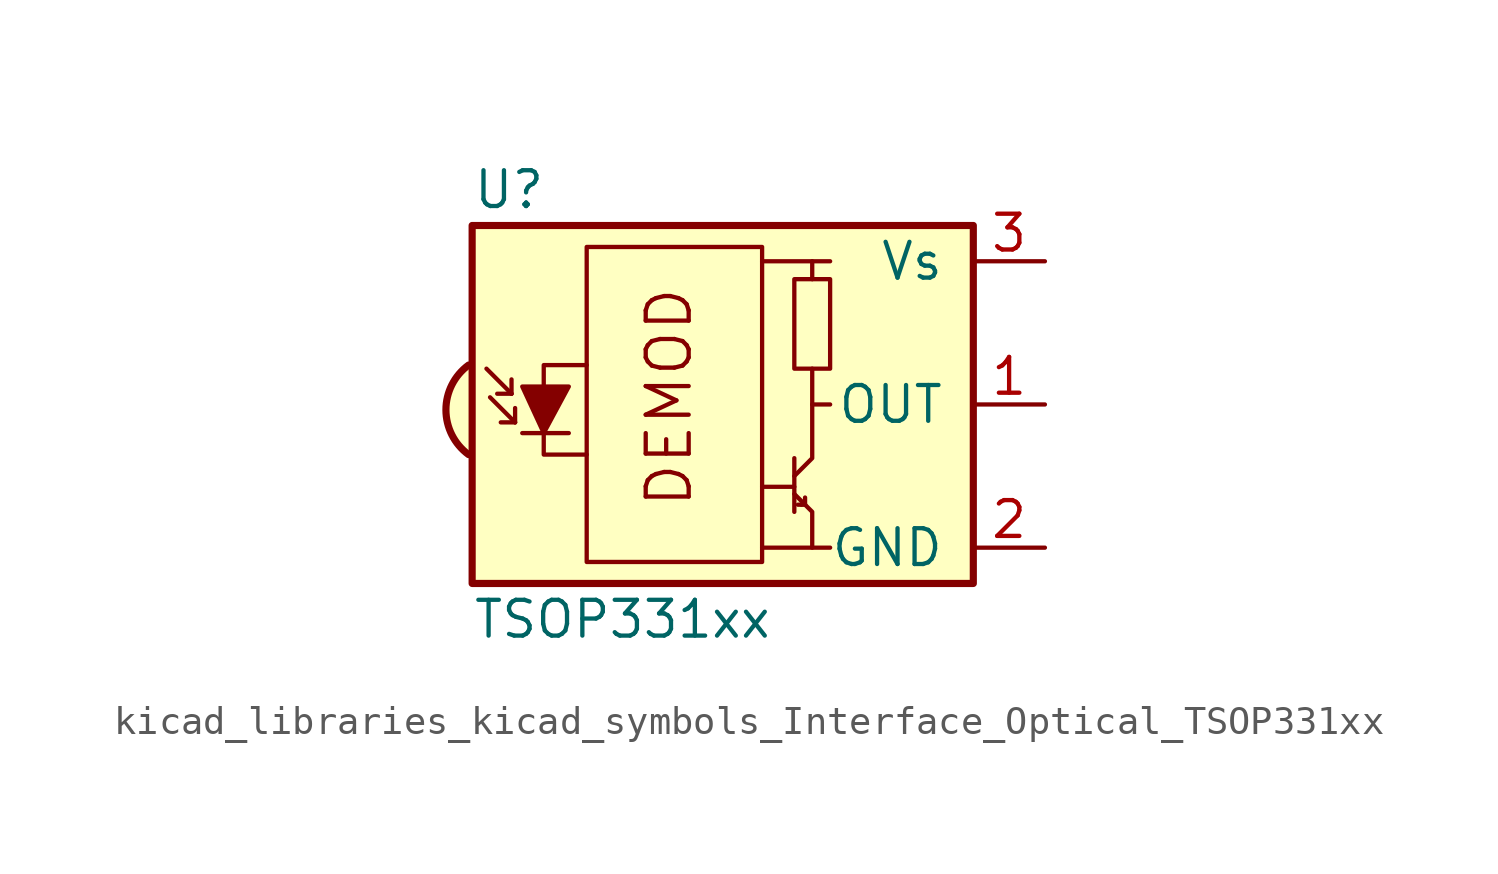
<source format=kicad_sym>
(kicad_symbol_lib
  (version 20220914)
  (generator kicad_symbol_editor)
  (symbol "kicad_libraries_kicad_symbols_Interface_Optical_TSOP331xx"
    (pin_names
      (offset 1.016))
    (property "Reference" "U"
      (at -10.16 7.62 0)
      (effects (font (size 1.27 1.27)) (justify left)))
    (property "Value" "TSOP331xx"
      (at -10.16 -7.62 0)
      (effects (font (size 1.27 1.27)) (justify left)))
    (symbol "kicad_libraries_kicad_symbols_Interface_Optical_TSOP331xx_0_0"
      (arc (start -10.287 1.397) (mid -11.0899 -0.1852) (end -10.287 -1.778) (stroke (width 0.254) (type default)) (fill (type background)))
      (polyline (pts (xy 1.905 -5.08) (xy 0.127 -5.08)) (stroke (width 0) (type default)) (fill (type none)))
      (polyline (pts (xy 1.905 5.08) (xy 0.127 5.08)) (stroke (width 0) (type default)) (fill (type none)))
      (text "DEMOD" (at -3.175 0.254 900) (effects (font (size 1.524 1.524)))))
    (symbol "kicad_libraries_kicad_symbols_Interface_Optical_TSOP331xx_0_1"
      (rectangle (start -6.096 5.588) (end 0.127 -5.588) (stroke (width 0) (type default)) (fill (type none)))
      (polyline (pts (xy -8.763 0.381) (xy -9.652 1.27)) (stroke (width 0) (type default)) (fill (type none)))
      (polyline (pts (xy -8.763 0.381) (xy -9.271 0.381)) (stroke (width 0) (type default)) (fill (type none)))
      (polyline (pts (xy -8.763 0.381) (xy -8.763 0.889)) (stroke (width 0) (type default)) (fill (type none)))
      (polyline (pts (xy -8.636 -0.635) (xy -9.525 0.254)) (stroke (width 0) (type default)) (fill (type none)))
      (polyline (pts (xy -8.636 -0.635) (xy -9.144 -0.635)) (stroke (width 0) (type default)) (fill (type none)))
      (polyline (pts (xy -8.636 -0.635) (xy -8.636 -0.127)) (stroke (width 0) (type default)) (fill (type none)))
      (polyline (pts (xy -8.382 -1.016) (xy -6.731 -1.016)) (stroke (width 0) (type default)) (fill (type none)))
      (polyline (pts (xy 1.27 -2.921) (xy 0.127 -2.921)) (stroke (width 0) (type default)) (fill (type none)))
      (polyline (pts (xy 1.27 -1.905) (xy 1.27 -3.81)) (stroke (width 0) (type default)) (fill (type none)))
      (polyline (pts (xy 1.397 -3.556) (xy 1.524 -3.556)) (stroke (width 0) (type default)) (fill (type none)))
      (polyline (pts (xy 1.651 -3.556) (xy 1.524 -3.556)) (stroke (width 0) (type default)) (fill (type none)))
      (polyline (pts (xy 1.651 -3.556) (xy 1.651 -3.302)) (stroke (width 0) (type default)) (fill (type none)))
      (polyline (pts (xy 1.905 0) (xy 1.905 1.27)) (stroke (width 0) (type default)) (fill (type none)))
      (polyline (pts (xy 1.905 4.445) (xy 1.905 5.08) (xy 2.54 5.08)) (stroke (width 0) (type default)) (fill (type none)))
      (polyline (pts (xy -8.382 0.635) (xy -6.731 0.635) (xy -7.62 -1.016) (xy -8.382 0.635)) (stroke (width 0) (type default)) (fill (type outline)))
      (polyline (pts (xy -6.096 1.397) (xy -7.62 1.397) (xy -7.62 -1.778) (xy -6.096 -1.778)) (stroke (width 0) (type default)) (fill (type none)))
      (polyline (pts (xy 1.27 -3.175) (xy 1.905 -3.81) (xy 1.905 -5.08) (xy 2.54 -5.08)) (stroke (width 0) (type default)) (fill (type none)))
      (polyline (pts (xy 1.27 -2.54) (xy 1.905 -1.905) (xy 1.905 0) (xy 2.54 0)) (stroke (width 0) (type default)) (fill (type none)))
      (rectangle (start 2.54 1.27) (end 1.27 4.445) (stroke (width 0) (type default)) (fill (type none)))
      (rectangle (start 7.62 6.35) (end -10.16 -6.35) (stroke (width 0.254) (type default)) (fill (type background))))
    (symbol "kicad_libraries_kicad_symbols_Interface_Optical_TSOP331xx_1_1"
      (pin output line (at 10.16 0 180) (length 2.54) (name "OUT" (effects (font (size 1.27 1.27)))) (number "1" (effects (font (size 1.27 1.27)))))
      (pin power_in line (at 10.16 -5.08 180) (length 2.54) (name "GND" (effects (font (size 1.27 1.27)))) (number "2" (effects (font (size 1.27 1.27)))))
      (pin power_in line (at 10.16 5.08 180) (length 2.54) (name "Vs" (effects (font (size 1.27 1.27)))) (number "3" (effects (font (size 1.27 1.27))))))))
</source>
